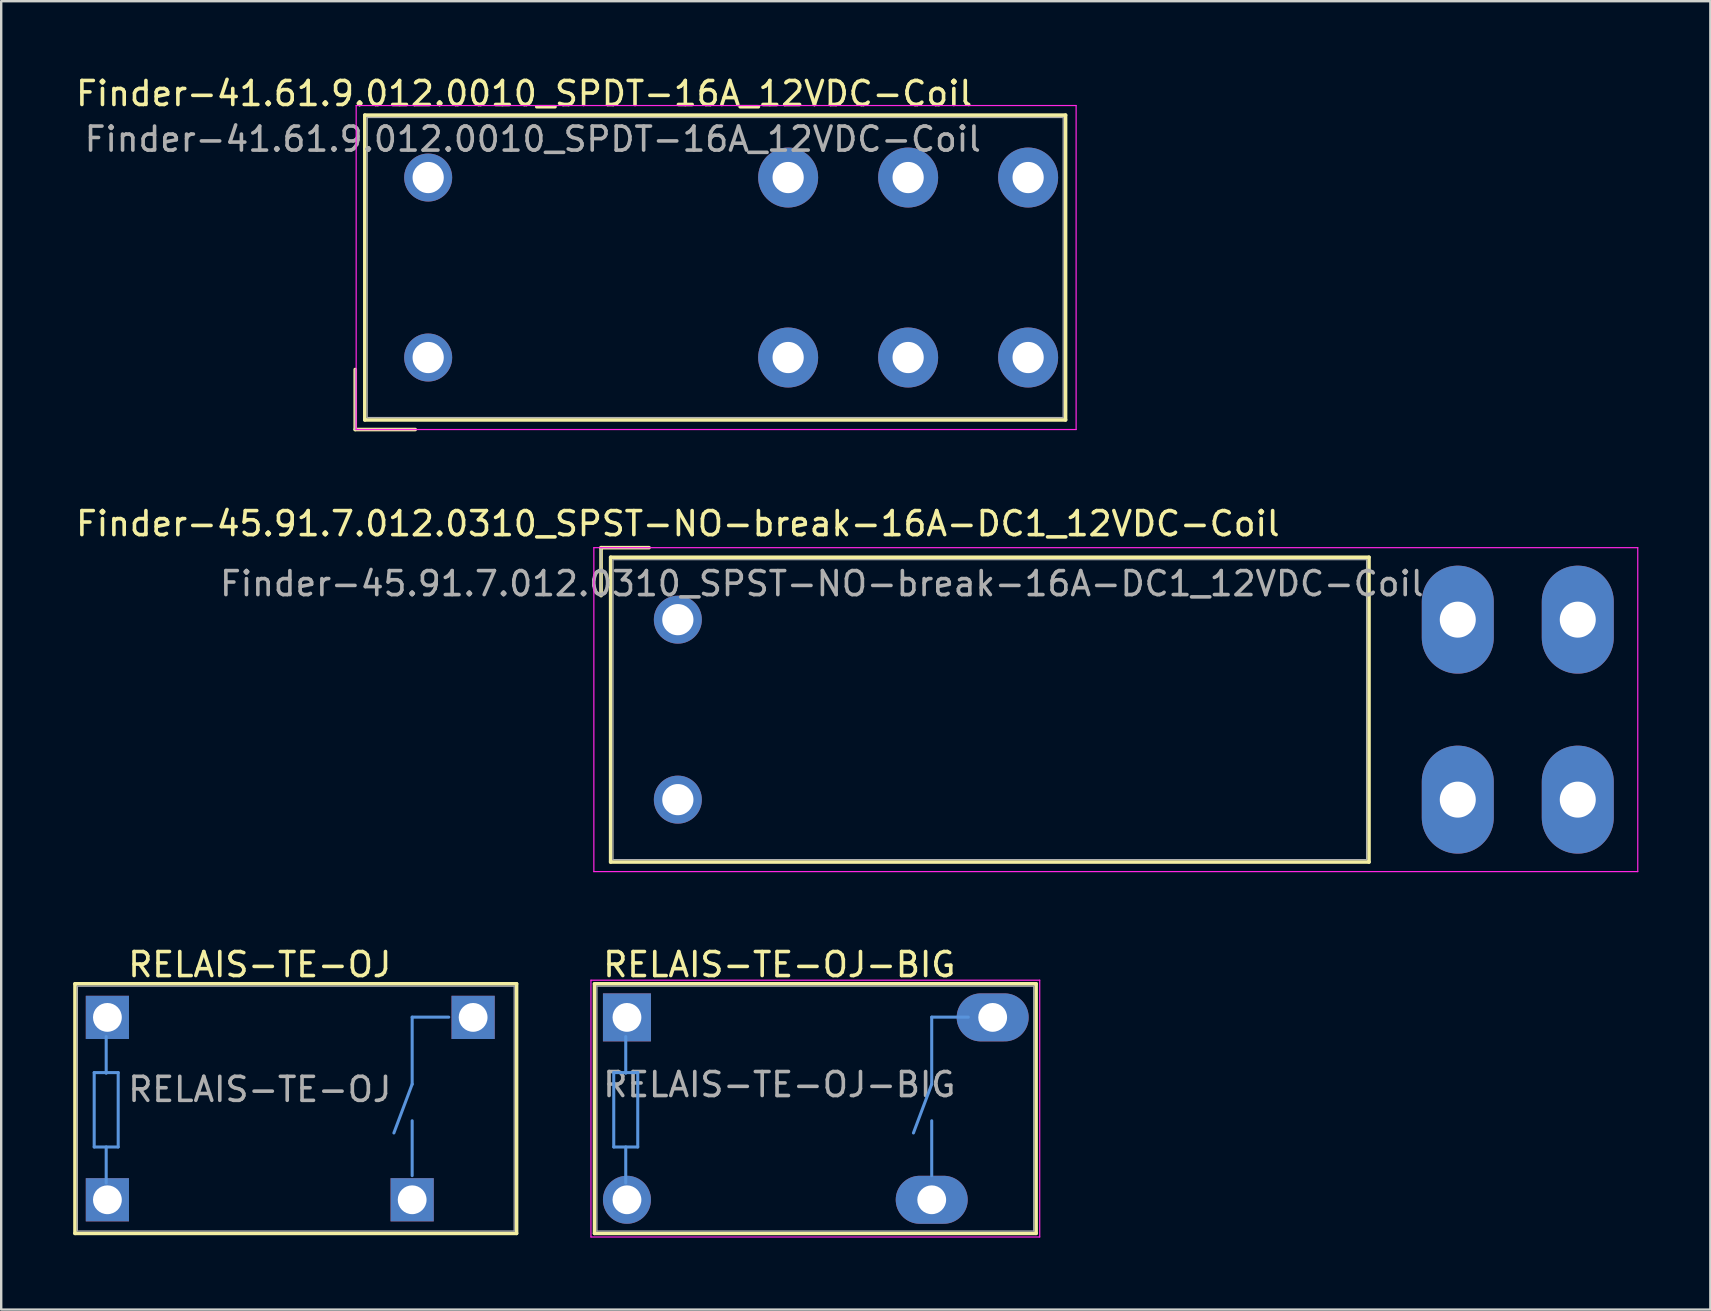
<source format=kicad_pcb>
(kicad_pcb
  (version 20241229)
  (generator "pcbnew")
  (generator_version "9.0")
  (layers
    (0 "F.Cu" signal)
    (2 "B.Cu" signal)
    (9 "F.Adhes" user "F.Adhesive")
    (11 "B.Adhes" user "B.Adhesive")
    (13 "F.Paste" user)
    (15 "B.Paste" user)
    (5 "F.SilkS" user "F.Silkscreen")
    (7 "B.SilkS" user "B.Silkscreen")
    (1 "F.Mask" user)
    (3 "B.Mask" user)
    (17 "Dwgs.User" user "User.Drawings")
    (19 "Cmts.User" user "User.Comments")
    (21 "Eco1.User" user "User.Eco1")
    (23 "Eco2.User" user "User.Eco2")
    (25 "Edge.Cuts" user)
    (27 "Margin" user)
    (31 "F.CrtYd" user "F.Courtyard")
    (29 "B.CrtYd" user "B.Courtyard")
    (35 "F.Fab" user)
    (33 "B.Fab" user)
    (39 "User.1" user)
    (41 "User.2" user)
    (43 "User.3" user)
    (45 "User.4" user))
  (footprint "RELAIS-TE-OJ-BIG"
    (layer "F.Cu")
    (at 29.425 43.145)
    (property "Reference" "RELAIS-TE-OJ-BIG" (at 0 -1 0) (layer "F.Fab") (effects (font (size 1 1) (thickness 0.15))))
    (attr through_hole)
    (fp_line (start -7.7 -5.2) (end 10.7 -5.2) (stroke (width 0.15) (type solid)) (layer "F.SilkS"))
    (fp_line (start -7.7 5.2) (end -7.7 -5.2) (stroke (width 0.15) (type solid)) (layer "F.SilkS"))
    (fp_line (start 10.7 -5.2) (end 10.7 5.2) (stroke (width 0.15) (type solid)) (layer "F.SilkS"))
    (fp_line (start 10.7 5.2) (end -7.7 5.2) (stroke (width 0.15) (type solid)) (layer "F.SilkS"))
    (fp_line (start -6.9 -1.5) (end -6.9 1.6) (stroke (width 0.127) (type solid)) (layer "Cmts.User"))
    (fp_line (start -6.9 1.6) (end -5.9 1.6) (stroke (width 0.127) (type solid)) (layer "Cmts.User"))
    (fp_line (start -6.4 -3) (end -6.4 -1.473) (stroke (width 0.127) (type solid)) (layer "Cmts.User"))
    (fp_line (start -6.4 3.1) (end -6.4 1.6) (stroke (width 0.127) (type solid)) (layer "Cmts.User"))
    (fp_line (start -5.9 -1.5) (end -6.9 -1.5) (stroke (width 0.127) (type solid)) (layer "Cmts.User"))
    (fp_line (start -5.9 1.6) (end -5.9 -1.5) (stroke (width 0.127) (type solid)) (layer "Cmts.User"))
    (fp_line (start 6.35 -3.81) (end 6.35 -1.016) (stroke (width 0.127) (type solid)) (layer "Cmts.User"))
    (fp_line (start 6.35 -1.016) (end 5.588 1.016) (stroke (width 0.127) (type solid)) (layer "Cmts.User"))
    (fp_line (start 6.35 2.794) (end 6.35 0.508) (stroke (width 0.127) (type solid)) (layer "Cmts.User"))
    (fp_line (start 7.874 -3.81) (end 6.35 -3.81) (stroke (width 0.127) (type solid)) (layer "Cmts.User"))
    (fp_line (start -7.85 -5.35) (end 10.85 -5.35) (stroke (width 0.05) (type solid)) (layer "F.CrtYd"))
    (fp_line (start -7.85 5.35) (end -7.85 -5.35) (stroke (width 0.05) (type solid)) (layer "F.CrtYd"))
    (fp_line (start 10.85 -5.35) (end 10.85 5.35) (stroke (width 0.05) (type solid)) (layer "F.CrtYd"))
    (fp_line (start 10.85 5.35) (end -7.85 5.35) (stroke (width 0.05) (type solid)) (layer "F.CrtYd"))
    (fp_line (start -7.6 -5.1) (end 10.6 -5.1) (stroke (width 0.05) (type solid)) (layer "F.Fab"))
    (fp_line (start -7.6 5.1) (end -7.6 -5.1) (stroke (width 0.05) (type solid)) (layer "F.Fab"))
    (fp_line (start 10.6 -5.1) (end 10.6 5.1) (stroke (width 0.05) (type solid)) (layer "F.Fab"))
    (fp_line (start 10.6 5.1) (end -7.6 5.1) (stroke (width 0.05) (type solid)) (layer "F.Fab"))
    (fp_text user "${REFERENCE}" (at 0 -6 0) (layer "F.SilkS") (effects (font (size 1 1) (thickness 0.15))))
    (pad "11" thru_hole oval (at 8.89 -3.8) (size 3 2) (drill 1.2) (layers "*.Cu" "*.Mask"))
    (pad "14" thru_hole oval (at 6.35 3.8) (size 3 2) (drill 1.2) (layers "*.Cu" "*.Mask"))
    (pad "A1" thru_hole rect (at -6.35 -3.8) (size 2 2) (drill 1.2) (layers "*.Cu" "*.Mask"))
    (pad "A2" thru_hole circle (at -6.35 3.8) (size 2 2) (drill 1.2) (layers "*.Cu" "*.Mask")))
  (footprint "RELAIS-TE-OJ"
    (layer "F.Cu")
    (at 7.775 43.145)
    (property "Reference" "RELAIS-TE-OJ" (at 0 -0.8 0) (layer "F.Fab") (effects (font (size 1 1) (thickness 0.15))))
    (attr through_hole)
    (fp_line (start -7.7 -5.2) (end 10.7 -5.2) (stroke (width 0.15) (type solid)) (layer "F.SilkS"))
    (fp_line (start -7.7 5.2) (end -7.7 -5.2) (stroke (width 0.15) (type solid)) (layer "F.SilkS"))
    (fp_line (start 10.7 -5.2) (end 10.7 5.2) (stroke (width 0.15) (type solid)) (layer "F.SilkS"))
    (fp_line (start 10.7 5.2) (end -7.7 5.2) (stroke (width 0.15) (type solid)) (layer "F.SilkS"))
    (fp_line (start -6.9 -1.5) (end -6.9 1.6) (stroke (width 0.127) (type solid)) (layer "Cmts.User"))
    (fp_line (start -6.9 1.6) (end -5.9 1.6) (stroke (width 0.127) (type solid)) (layer "Cmts.User"))
    (fp_line (start -6.4 -3) (end -6.4 -1.473) (stroke (width 0.127) (type solid)) (layer "Cmts.User"))
    (fp_line (start -6.4 3.1) (end -6.4 1.6) (stroke (width 0.127) (type solid)) (layer "Cmts.User"))
    (fp_line (start -5.9 -1.5) (end -6.9 -1.5) (stroke (width 0.127) (type solid)) (layer "Cmts.User"))
    (fp_line (start -5.9 1.6) (end -5.9 -1.5) (stroke (width 0.127) (type solid)) (layer "Cmts.User"))
    (fp_line (start 6.35 -3.81) (end 6.35 -1.016) (stroke (width 0.127) (type solid)) (layer "Cmts.User"))
    (fp_line (start 6.35 -1.016) (end 5.588 1.016) (stroke (width 0.127) (type solid)) (layer "Cmts.User"))
    (fp_line (start 6.35 2.794) (end 6.35 0.508) (stroke (width 0.127) (type solid)) (layer "Cmts.User"))
    (fp_line (start 7.874 -3.81) (end 6.35 -3.81) (stroke (width 0.127) (type solid)) (layer "Cmts.User"))
    (fp_line (start -7.6 -5.1) (end 10.6 -5.1) (stroke (width 0.05) (type solid)) (layer "F.Fab"))
    (fp_line (start -7.6 5.1) (end -7.6 -5.1) (stroke (width 0.05) (type solid)) (layer "F.Fab"))
    (fp_line (start 10.6 -5.1) (end 10.6 5.1) (stroke (width 0.05) (type solid)) (layer "F.Fab"))
    (fp_line (start 10.6 5.1) (end -7.6 5.1) (stroke (width 0.05) (type solid)) (layer "F.Fab"))
    (fp_text user "${REFERENCE}" (at 0 -6 0) (layer "F.SilkS") (effects (font (size 1 1) (thickness 0.15))))
    (pad "11" thru_hole rect (at 8.89 -3.8) (size 1.8 1.8) (drill 1.2) (layers "*.Cu" "*.Mask"))
    (pad "14" thru_hole rect (at 6.35 3.8) (size 1.8 1.8) (drill 1.2) (layers "*.Cu" "*.Mask"))
    (pad "A1" thru_hole rect (at -6.35 -3.8) (size 1.8 1.8) (drill 1.2) (layers "*.Cu" "*.Mask"))
    (pad "A2" thru_hole rect (at -6.35 3.8) (size 1.8 1.8) (drill 1.2) (layers "*.Cu" "*.Mask")))
  (footprint "Finder-45.91.7.012.0310_SPST-NO-break-16A-DC1_12VDC-Coil"
    (layer "F.Cu")
    (at 25.196 22.771)
    (property "Reference" "Finder-45.91.7.012.0310_SPST-NO-break-16A-DC1_12VDC-Coil" (at 6 -1.5 0) (layer "F.Fab") (effects (font (size 1 1) (thickness 0.15))))
    (attr through_hole)
    (fp_line (start -3.2 -3) (end -3.2 -1) (stroke (width 0.15) (type solid)) (layer "F.SilkS"))
    (fp_line (start -2.8 -2.6) (end 28.8 -2.6) (stroke (width 0.15) (type solid)) (layer "F.SilkS"))
    (fp_line (start -2.8 10.1) (end -2.8 -2.6) (stroke (width 0.15) (type solid)) (layer "F.SilkS"))
    (fp_line (start -1.2 -3) (end -3.2 -3) (stroke (width 0.15) (type solid)) (layer "F.SilkS"))
    (fp_line (start 28.8 -2.6) (end 28.8 10.1) (stroke (width 0.15) (type solid)) (layer "F.SilkS"))
    (fp_line (start 28.8 10.1) (end -2.8 10.1) (stroke (width 0.15) (type solid)) (layer "F.SilkS"))
    (fp_line (start -3.5 -3) (end 40 -3) (stroke (width 0.05) (type solid)) (layer "F.CrtYd"))
    (fp_line (start -3.5 10.5) (end -3.5 -3) (stroke (width 0.05) (type solid)) (layer "F.CrtYd"))
    (fp_line (start 40 -3) (end 40 10.5) (stroke (width 0.05) (type solid)) (layer "F.CrtYd"))
    (fp_line (start 40 10.5) (end -3.5 10.5) (stroke (width 0.05) (type solid)) (layer "F.CrtYd"))
    (fp_line (start -3.2 -3) (end -3.2 -1) (stroke (width 0.05) (type solid)) (layer "F.Fab"))
    (fp_line (start -2.7 -2.5) (end 28.7 -2.5) (stroke (width 0.05) (type solid)) (layer "F.Fab"))
    (fp_line (start -2.7 10) (end -2.7 -2.5) (stroke (width 0.05) (type solid)) (layer "F.Fab"))
    (fp_line (start -1.2 -3) (end -3.2 -3) (stroke (width 0.05) (type solid)) (layer "F.Fab"))
    (fp_line (start 28.7 -2.5) (end 28.7 10) (stroke (width 0.05) (type solid)) (layer "F.Fab"))
    (fp_line (start 28.7 10) (end -2.7 10) (stroke (width 0.05) (type solid)) (layer "F.Fab"))
    (fp_text user "${REFERENCE}" (at 0 -4 0) (layer "F.SilkS") (effects (font (size 1 1) (thickness 0.15))))
    (pad "1" thru_hole circle (at 0 0) (size 2 2) (drill 1.3) (layers "*.Cu" "*.Mask"))
    (pad "2" thru_hole circle (at 0 7.5) (size 2 2) (drill 1.3) (layers "*.Cu" "*.Mask"))
    (pad "3" thru_hole oval (at 32.5 0) (size 3 4.5) (drill 1.5) (layers "*.Cu" "*.Mask"))
    (pad "4" thru_hole oval (at 32.5 7.5) (size 3 4.5) (drill 1.5) (layers "*.Cu" "*.Mask"))
    (pad "5" thru_hole oval (at 37.5 0) (size 3 4.5) (drill 1.5) (layers "*.Cu" "*.Mask"))
    (pad "6" thru_hole oval (at 37.5 7.5) (size 3 4.5) (drill 1.5) (layers "*.Cu" "*.Mask")))
  (footprint "Finder-41.61.9.012.0010_SPDT-16A_12VDC-Coil"
    (layer "F.Cu")
    (at 14.792 11.848)
    (property "Reference" "Finder-41.61.9.012.0010_SPDT-16A_12VDC-Coil" (at 4.36 -9.1 0) (layer "F.Fab") (effects (font (size 1 1) (thickness 0.15))))
    (attr through_hole)
    (fp_line (start -3.04 0.5) (end -3.04 3) (stroke (width 0.15) (type solid)) (layer "F.SilkS"))
    (fp_line (start -3.04 3) (end -0.54 3) (stroke (width 0.15) (type solid)) (layer "F.SilkS"))
    (fp_line (start -2.64 -10.1) (end 26.56 -10.1) (stroke (width 0.15) (type solid)) (layer "F.SilkS"))
    (fp_line (start -2.64 2.6) (end -2.64 -10.1) (stroke (width 0.15) (type solid)) (layer "F.SilkS"))
    (fp_line (start 26.56 -10.1) (end 26.56 2.6) (stroke (width 0.15) (type solid)) (layer "F.SilkS"))
    (fp_line (start 26.56 2.6) (end -2.64 2.6) (stroke (width 0.15) (type solid)) (layer "F.SilkS"))
    (fp_line (start -3 -10.5) (end 27 -10.5) (stroke (width 0.05) (type solid)) (layer "F.CrtYd"))
    (fp_line (start -3 3) (end -3 -10.5) (stroke (width 0.05) (type solid)) (layer "F.CrtYd"))
    (fp_line (start 27 -10.5) (end 27 3) (stroke (width 0.05) (type solid)) (layer "F.CrtYd"))
    (fp_line (start 27 3) (end -3 3) (stroke (width 0.05) (type solid)) (layer "F.CrtYd"))
    (fp_line (start -3.04 0.5) (end -3.04 3) (stroke (width 0.05) (type solid)) (layer "F.Fab"))
    (fp_line (start -3.04 3) (end -0.54 3) (stroke (width 0.05) (type solid)) (layer "F.Fab"))
    (fp_line (start -2.54 -10) (end 26.46 -10) (stroke (width 0.05) (type solid)) (layer "F.Fab"))
    (fp_line (start -2.54 2.5) (end -2.54 -10) (stroke (width 0.05) (type solid)) (layer "F.Fab"))
    (fp_line (start 26.46 -10) (end 26.46 2.5) (stroke (width 0.05) (type solid)) (layer "F.Fab"))
    (fp_line (start 26.46 2.5) (end -2.54 2.5) (stroke (width 0.05) (type solid)) (layer "F.Fab"))
    (fp_text user "${REFERENCE}" (at 4 -11 0) (layer "F.SilkS") (effects (font (size 1 1) (thickness 0.15))))
    (pad "1" thru_hole circle (at 0 0) (size 2 2) (drill 1.3) (layers "*.Cu" "*.Mask"))
    (pad "2" thru_hole circle (at 0 -7.5) (size 2 2) (drill 1.3) (layers "*.Cu" "*.Mask"))
    (pad "3" thru_hole circle (at 15 0) (size 2.5 2.5) (drill 1.3) (layers "*.Cu" "*.Mask"))
    (pad "4" thru_hole circle (at 15 -7.5) (size 2.5 2.5) (drill 1.3) (layers "*.Cu" "*.Mask"))
    (pad "5" thru_hole circle (at 20 0) (size 2.5 2.5) (drill 1.3) (layers "*.Cu" "*.Mask"))
    (pad "6" thru_hole circle (at 20 -7.5) (size 2.5 2.5) (drill 1.3) (layers "*.Cu" "*.Mask"))
    (pad "7" thru_hole circle (at 25 0) (size 2.5 2.5) (drill 1.3) (layers "*.Cu" "*.Mask"))
    (pad "8" thru_hole circle (at 25 -7.5) (size 2.5 2.5) (drill 1.3) (layers "*.Cu" "*.Mask")))
  (gr_rect
    (start -3 -3)
    (end 68.221 51.52)
    (stroke (width 0.1) (type default))
    (fill no)
    (layer "Edge.Cuts")))
</source>
